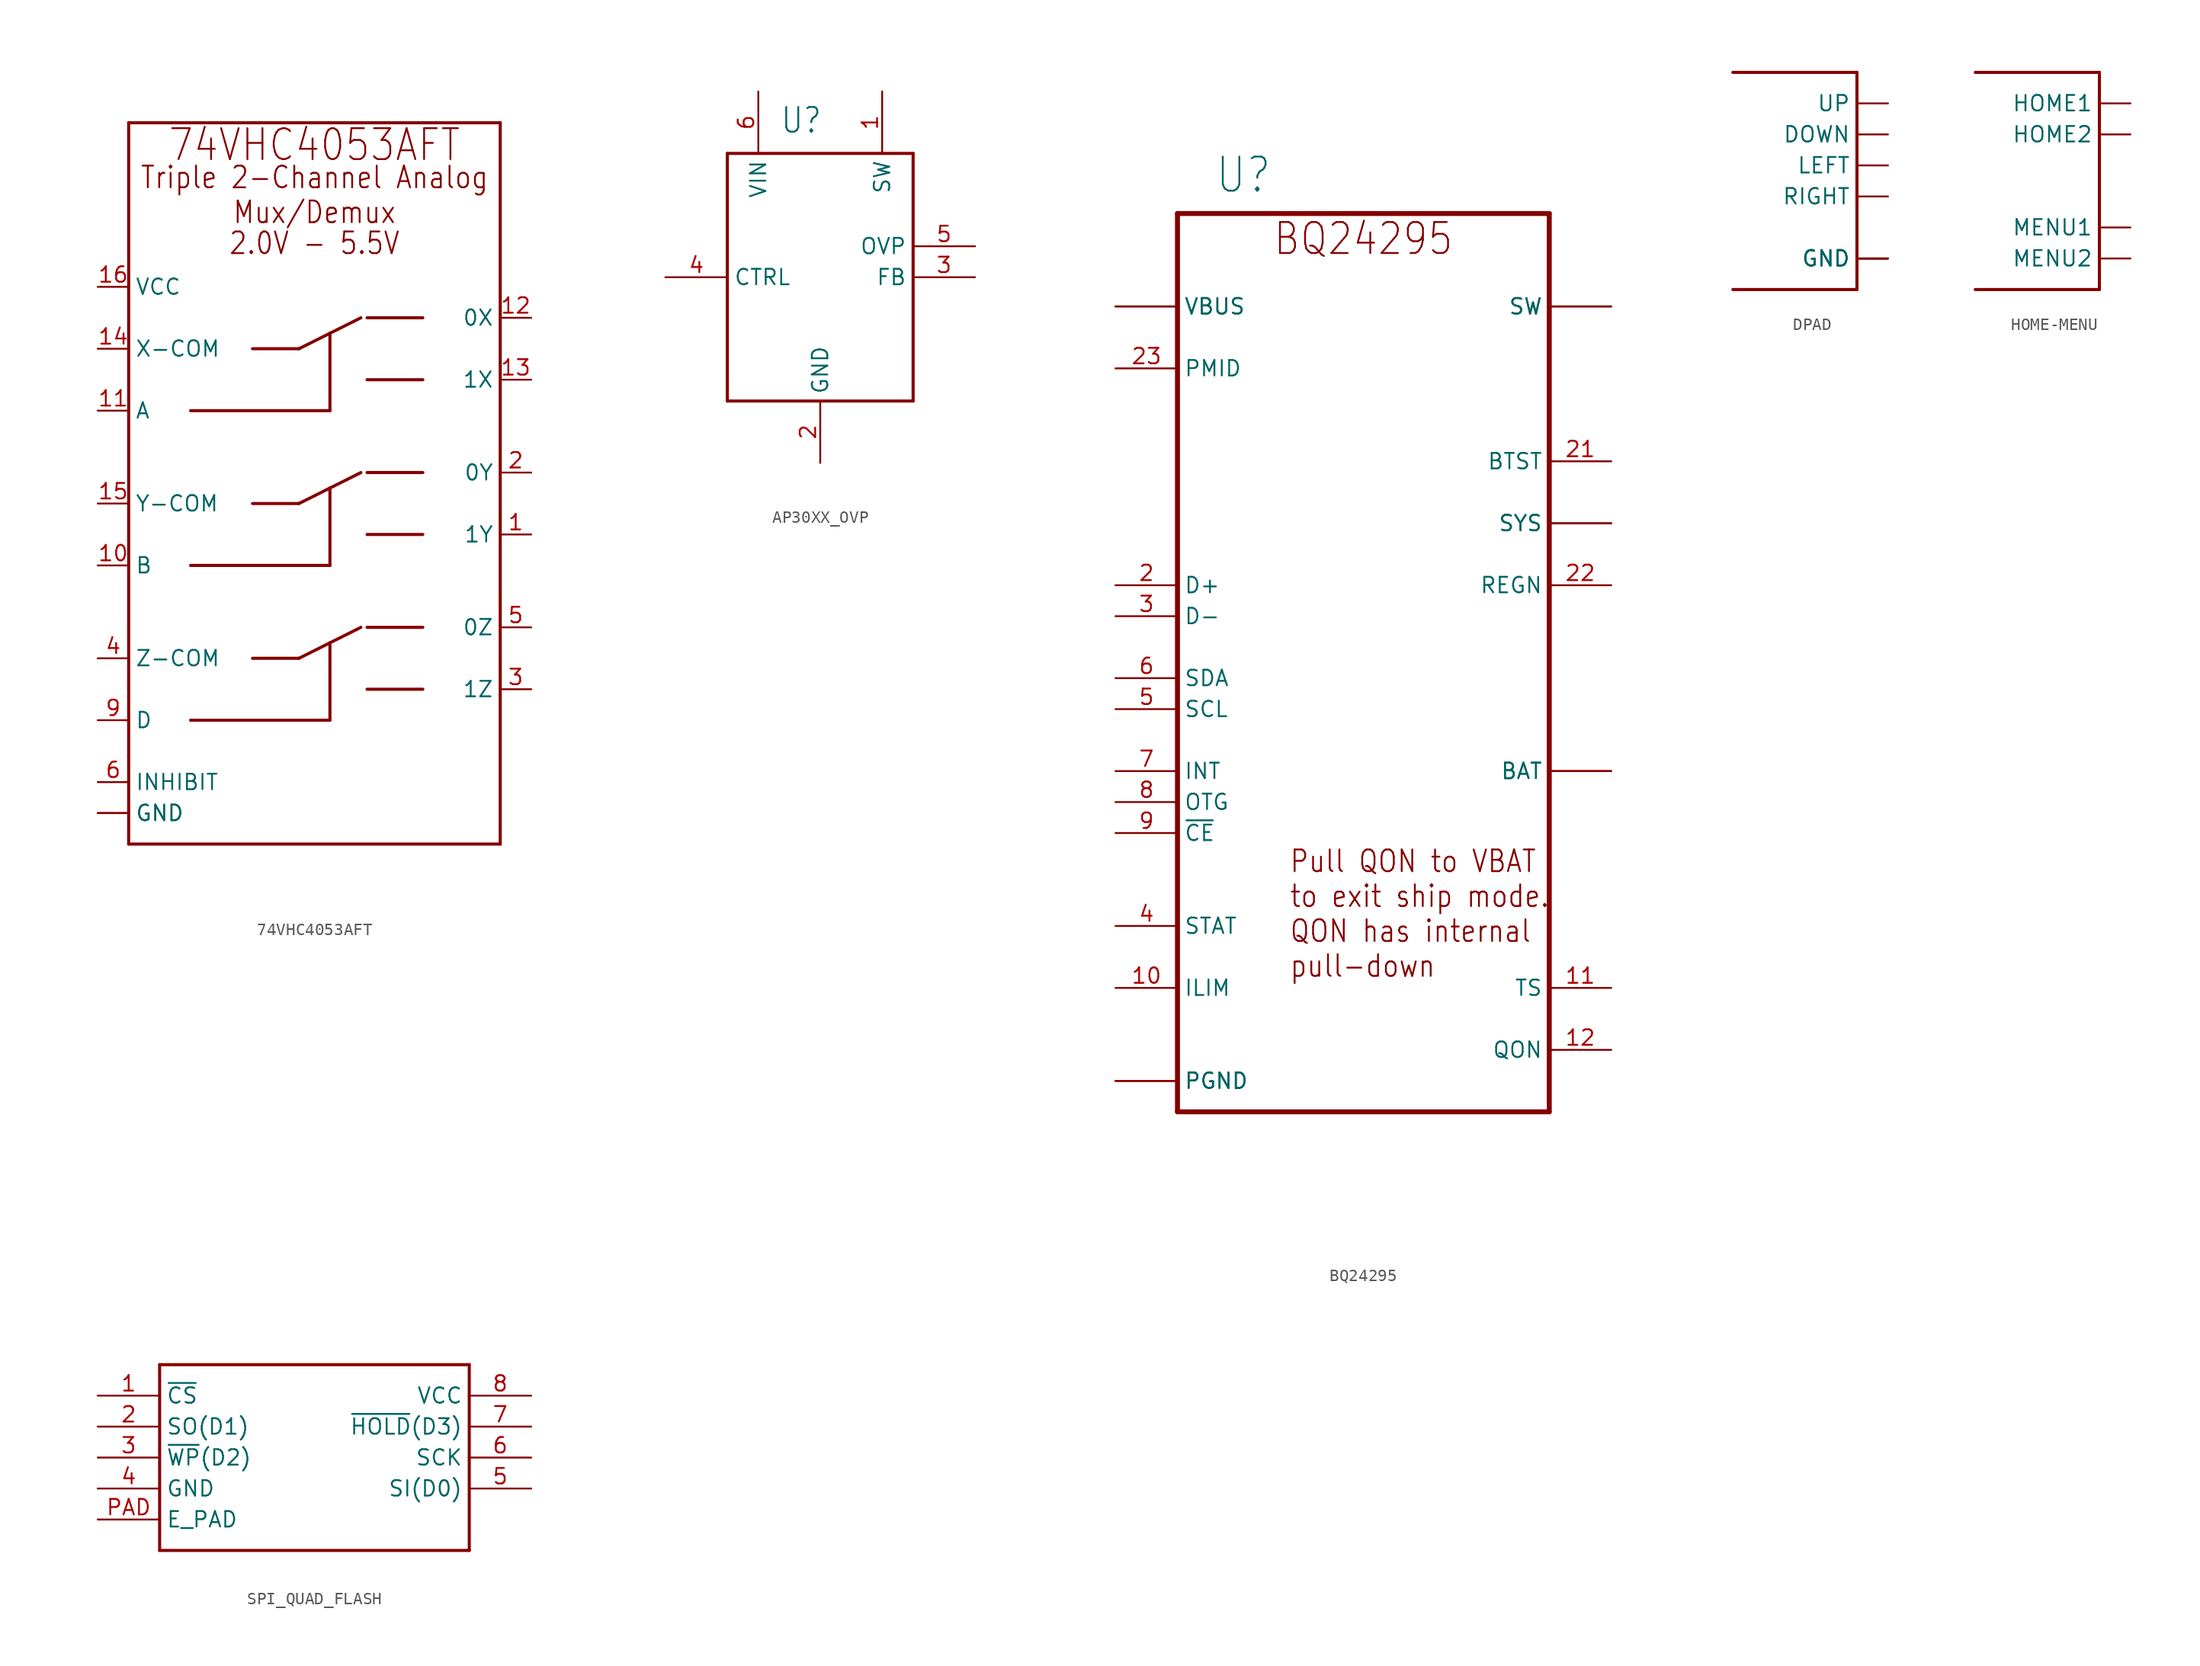
<source format=kicad_sym>
(kicad_symbol_lib
  (version 20220914)
  (generator kicad_symbol_editor)
  (symbol "74VHC4053AFT"
    (property "Reference" "U"
      (at 0 0 0)
      (effects (font (size 1.27 1.27)) hide))
    (property "ki_locked" ""
      (at 0 0 0)
      (effects (font (size 1.27 1.27))))
    (symbol "74VHC4053AFT_1_0"
      (polyline (pts (xy -15.24 -33.02) (xy -15.24 26.162)) (stroke (width 0.254) (type solid)) (fill (type none)))
      (polyline (pts (xy -15.24 26.162) (xy 15.24 26.162)) (stroke (width 0.254) (type solid)) (fill (type none)))
      (polyline (pts (xy -10.16 -22.86) (xy 1.27 -22.86)) (stroke (width 0.254) (type solid)) (fill (type none)))
      (polyline (pts (xy -10.16 -10.16) (xy 1.27 -10.16)) (stroke (width 0.254) (type solid)) (fill (type none)))
      (polyline (pts (xy -10.16 2.54) (xy 1.27 2.54)) (stroke (width 0.254) (type solid)) (fill (type none)))
      (polyline (pts (xy -5.08 -17.78) (xy -1.27 -17.78)) (stroke (width 0.254) (type solid)) (fill (type none)))
      (polyline (pts (xy -5.08 -5.08) (xy -1.27 -5.08)) (stroke (width 0.254) (type solid)) (fill (type none)))
      (polyline (pts (xy -5.08 7.62) (xy -1.27 7.62)) (stroke (width 0.254) (type solid)) (fill (type none)))
      (polyline (pts (xy -1.27 -17.78) (xy 1.27 -16.51)) (stroke (width 0.254) (type solid)) (fill (type none)))
      (polyline (pts (xy -1.27 -5.08) (xy 1.27 -3.81)) (stroke (width 0.254) (type solid)) (fill (type none)))
      (polyline (pts (xy -1.27 7.62) (xy 1.27 8.89)) (stroke (width 0.254) (type solid)) (fill (type none)))
      (polyline (pts (xy 1.27 -22.86) (xy 1.27 -16.51)) (stroke (width 0.254) (type solid)) (fill (type none)))
      (polyline (pts (xy 1.27 -16.51) (xy 3.81 -15.24)) (stroke (width 0.254) (type solid)) (fill (type none)))
      (polyline (pts (xy 1.27 -10.16) (xy 1.27 -3.81)) (stroke (width 0.254) (type solid)) (fill (type none)))
      (polyline (pts (xy 1.27 -3.81) (xy 3.81 -2.54)) (stroke (width 0.254) (type solid)) (fill (type none)))
      (polyline (pts (xy 1.27 2.54) (xy 1.27 8.89)) (stroke (width 0.254) (type solid)) (fill (type none)))
      (polyline (pts (xy 1.27 8.89) (xy 3.81 10.16)) (stroke (width 0.254) (type solid)) (fill (type none)))
      (polyline (pts (xy 8.89 -20.32) (xy 4.318 -20.32)) (stroke (width 0.254) (type solid)) (fill (type none)))
      (polyline (pts (xy 8.89 -15.24) (xy 4.318 -15.24)) (stroke (width 0.254) (type solid)) (fill (type none)))
      (polyline (pts (xy 8.89 -7.62) (xy 4.318 -7.62)) (stroke (width 0.254) (type solid)) (fill (type none)))
      (polyline (pts (xy 8.89 -2.54) (xy 4.318 -2.54)) (stroke (width 0.254) (type solid)) (fill (type none)))
      (polyline (pts (xy 8.89 5.08) (xy 4.318 5.08)) (stroke (width 0.254) (type solid)) (fill (type none)))
      (polyline (pts (xy 8.89 10.16) (xy 4.318 10.16)) (stroke (width 0.254) (type solid)) (fill (type none)))
      (polyline (pts (xy 15.24 -33.02) (xy -15.24 -33.02)) (stroke (width 0.254) (type solid)) (fill (type none)))
      (polyline (pts (xy 15.24 26.162) (xy 15.24 -33.02)) (stroke (width 0.254) (type solid)) (fill (type none)))
      (text "2.0V - 5.5V" (at 0 15.24 0) (effects (font (size 1.778 1.511)) (justify bottom)))
      (text "74VHC4053AFT" (at 0 22.86 0) (effects (font (size 2.54 2.159)) (justify bottom)))
      (text "Triple 2-Channel Analog\nMux/Demux" (at 0 17.78 0) (effects (font (size 1.778 1.511)) (justify bottom)))
      (pin passive line (at 17.78 -7.62 180) (length 2.54) (name "1Y" (effects (font (size 1.27 1.27)))) (number "1" (effects (font (size 1.27 1.27)))))
      (pin input line (at -17.78 -10.16 0) (length 2.54) (name "B" (effects (font (size 1.27 1.27)))) (number "10" (effects (font (size 1.27 1.27)))))
      (pin input line (at -17.78 2.54 0) (length 2.54) (name "A" (effects (font (size 1.27 1.27)))) (number "11" (effects (font (size 1.27 1.27)))))
      (pin passive line (at 17.78 10.16 180) (length 2.54) (name "0X" (effects (font (size 1.27 1.27)))) (number "12" (effects (font (size 1.27 1.27)))))
      (pin passive line (at 17.78 5.08 180) (length 2.54) (name "1X" (effects (font (size 1.27 1.27)))) (number "13" (effects (font (size 1.27 1.27)))))
      (pin passive line (at -17.78 7.62 0) (length 2.54) (name "X-COM" (effects (font (size 1.27 1.27)))) (number "14" (effects (font (size 1.27 1.27)))))
      (pin passive line (at -17.78 -5.08 0) (length 2.54) (name "Y-COM" (effects (font (size 1.27 1.27)))) (number "15" (effects (font (size 1.27 1.27)))))
      (pin power_in line (at -17.78 12.7 0) (length 2.54) (name "VCC" (effects (font (size 1.27 1.27)))) (number "16" (effects (font (size 1.27 1.27)))))
      (pin passive line (at 17.78 -2.54 180) (length 2.54) (name "0Y" (effects (font (size 1.27 1.27)))) (number "2" (effects (font (size 1.27 1.27)))))
      (pin passive line (at 17.78 -20.32 180) (length 2.54) (name "1Z" (effects (font (size 1.27 1.27)))) (number "3" (effects (font (size 1.27 1.27)))))
      (pin passive line (at -17.78 -17.78 0) (length 2.54) (name "Z-COM" (effects (font (size 1.27 1.27)))) (number "4" (effects (font (size 1.27 1.27)))))
      (pin passive line (at 17.78 -15.24 180) (length 2.54) (name "0Z" (effects (font (size 1.27 1.27)))) (number "5" (effects (font (size 1.27 1.27)))))
      (pin input line (at -17.78 -27.94 0) (length 2.54) (name "INHIBIT" (effects (font (size 1.27 1.27)))) (number "6" (effects (font (size 1.27 1.27)))))
      (pin power_in line (at -17.78 -30.48 0) (length 2.54) (name "GND" (effects (font (size 1.27 1.27)))) (number "7" (effects (font (size 0 0)))))
      (pin power_in line (at -17.78 -30.48 0) (length 2.54) (name "GND" (effects (font (size 1.27 1.27)))) (number "8" (effects (font (size 0 0)))))
      (pin input line (at -17.78 -22.86 0) (length 2.54) (name "D" (effects (font (size 1.27 1.27)))) (number "9" (effects (font (size 1.27 1.27)))))))
  (symbol "AP30XX_OVP"
    (property "Reference" "U"
      (at -3.302 6.604 0)
      (effects (font (size 2.032 1.727)) (justify left bottom)))
    (property "Value" ""
      (at 2.286 -19.304 0)
      (effects (font (size 2.032 1.727)) (justify left bottom)))
    (property "ki_locked" ""
      (at 0 0 0)
      (effects (font (size 1.27 1.27))))
    (symbol "AP30XX_OVP_1_0"
      (polyline (pts (xy -7.62 -15.24) (xy -7.62 5.08)) (stroke (width 0.254) (type solid)) (fill (type none)))
      (polyline (pts (xy -7.62 5.08) (xy 7.62 5.08)) (stroke (width 0.254) (type solid)) (fill (type none)))
      (polyline (pts (xy 7.62 -15.24) (xy -7.62 -15.24)) (stroke (width 0.254) (type solid)) (fill (type none)))
      (polyline (pts (xy 7.62 5.08) (xy 7.62 -15.24)) (stroke (width 0.254) (type solid)) (fill (type none)))
      (pin passive line (at 5.08 10.16 270) (length 5.08) (name "SW" (effects (font (size 1.27 1.27)))) (number "1" (effects (font (size 1.27 1.27)))))
      (pin power_in line (at 0 -20.32 90) (length 5.08) (name "GND" (effects (font (size 1.27 1.27)))) (number "2" (effects (font (size 1.27 1.27)))))
      (pin input line (at 12.7 -5.08 180) (length 5.08) (name "FB" (effects (font (size 1.27 1.27)))) (number "3" (effects (font (size 1.27 1.27)))))
      (pin input line (at -12.7 -5.08 0) (length 5.08) (name "CTRL" (effects (font (size 1.27 1.27)))) (number "4" (effects (font (size 1.27 1.27)))))
      (pin input line (at 12.7 -2.54 180) (length 5.08) (name "OVP" (effects (font (size 1.27 1.27)))) (number "5" (effects (font (size 1.27 1.27)))))
      (pin power_in line (at -5.08 10.16 270) (length 5.08) (name "VIN" (effects (font (size 1.27 1.27)))) (number "6" (effects (font (size 1.27 1.27)))))))
  (symbol "BQ24295"
    (property "Reference" "U"
      (at -12.192 42.164 0)
      (effects (font (size 2.794 2.375)) (justify left bottom)))
    (property "Value" ""
      (at -12.751 -37.033 0)
      (effects (font (size 2.54 2.159)) (justify left bottom)))
    (property "ki_locked" ""
      (at 0 0 0)
      (effects (font (size 1.27 1.27))))
    (symbol "BQ24295_1_0"
      (polyline (pts (xy -15.24 -33.02) (xy 15.24 -33.02)) (stroke (width 0.406) (type solid)) (fill (type none)))
      (polyline (pts (xy -15.24 40.64) (xy -15.24 -33.02)) (stroke (width 0.406) (type solid)) (fill (type none)))
      (polyline (pts (xy 15.24 -33.02) (xy 15.24 40.64)) (stroke (width 0.406) (type solid)) (fill (type none)))
      (polyline (pts (xy 15.24 40.64) (xy -15.24 40.64)) (stroke (width 0.406) (type solid)) (fill (type none)))
      (text "BQ24295" (at 0 37.084 0) (effects (font (size 2.54 2.159)) (justify bottom)))
      (text "Pull QON to VBAT\nto exit ship mode.\nQON has internal\npull-down" (at -6.096 -22.098 0) (effects (font (size 1.778 1.511)) (justify left bottom)))
      (pin power_in line (at -20.32 33.02 0) (length 5.08) (name "VBUS" (effects (font (size 1.27 1.27)))) (number "1" (effects (font (size 0 0)))))
      (pin output line (at -20.32 -22.86 0) (length 5.08) (name "ILIM" (effects (font (size 1.27 1.27)))) (number "10" (effects (font (size 1.27 1.27)))))
      (pin bidirectional line (at 20.32 -22.86 180) (length 5.08) (name "TS" (effects (font (size 1.27 1.27)))) (number "11" (effects (font (size 1.27 1.27)))))
      (pin bidirectional line (at 20.32 -27.94 180) (length 5.08) (name "QON" (effects (font (size 1.27 1.27)))) (number "12" (effects (font (size 1.27 1.27)))))
      (pin passive line (at 20.32 -5.08 180) (length 5.08) (name "BAT" (effects (font (size 1.27 1.27)))) (number "13" (effects (font (size 0 0)))))
      (pin passive line (at 20.32 -5.08 180) (length 5.08) (name "BAT" (effects (font (size 1.27 1.27)))) (number "14" (effects (font (size 0 0)))))
      (pin power_out line (at 20.32 15.24 180) (length 5.08) (name "SYS" (effects (font (size 1.27 1.27)))) (number "15" (effects (font (size 0 0)))))
      (pin power_out line (at 20.32 15.24 180) (length 5.08) (name "SYS" (effects (font (size 1.27 1.27)))) (number "16" (effects (font (size 0 0)))))
      (pin power_in line (at -20.32 -30.48 0) (length 5.08) (name "PGND" (effects (font (size 1.27 1.27)))) (number "17" (effects (font (size 0 0)))))
      (pin power_in line (at -20.32 -30.48 0) (length 5.08) (name "PGND" (effects (font (size 1.27 1.27)))) (number "18" (effects (font (size 0 0)))))
      (pin passive line (at 20.32 33.02 180) (length 5.08) (name "SW" (effects (font (size 1.27 1.27)))) (number "19" (effects (font (size 0 0)))))
      (pin bidirectional line (at -20.32 10.16 0) (length 5.08) (name "D+" (effects (font (size 1.27 1.27)))) (number "2" (effects (font (size 1.27 1.27)))))
      (pin passive line (at 20.32 33.02 180) (length 5.08) (name "SW" (effects (font (size 1.27 1.27)))) (number "20" (effects (font (size 0 0)))))
      (pin bidirectional line (at 20.32 20.32 180) (length 5.08) (name "BTST" (effects (font (size 1.27 1.27)))) (number "21" (effects (font (size 1.27 1.27)))))
      (pin bidirectional line (at 20.32 10.16 180) (length 5.08) (name "REGN" (effects (font (size 1.27 1.27)))) (number "22" (effects (font (size 1.27 1.27)))))
      (pin power_out line (at -20.32 27.94 0) (length 5.08) (name "PMID" (effects (font (size 1.27 1.27)))) (number "23" (effects (font (size 1.27 1.27)))))
      (pin power_in line (at -20.32 33.02 0) (length 5.08) (name "VBUS" (effects (font (size 1.27 1.27)))) (number "24" (effects (font (size 0 0)))))
      (pin power_in line (at -20.32 -30.48 0) (length 5.08) (name "PGND" (effects (font (size 1.27 1.27)))) (number "25" (effects (font (size 0 0)))))
      (pin bidirectional line (at -20.32 7.62 0) (length 5.08) (name "D-" (effects (font (size 1.27 1.27)))) (number "3" (effects (font (size 1.27 1.27)))))
      (pin output line (at -20.32 -17.78 0) (length 5.08) (name "STAT" (effects (font (size 1.27 1.27)))) (number "4" (effects (font (size 1.27 1.27)))))
      (pin bidirectional line (at -20.32 0 0) (length 5.08) (name "SCL" (effects (font (size 1.27 1.27)))) (number "5" (effects (font (size 1.27 1.27)))))
      (pin bidirectional line (at -20.32 2.54 0) (length 5.08) (name "SDA" (effects (font (size 1.27 1.27)))) (number "6" (effects (font (size 1.27 1.27)))))
      (pin output line (at -20.32 -5.08 0) (length 5.08) (name "INT" (effects (font (size 1.27 1.27)))) (number "7" (effects (font (size 1.27 1.27)))))
      (pin input line (at -20.32 -7.62 0) (length 5.08) (name "OTG" (effects (font (size 1.27 1.27)))) (number "8" (effects (font (size 1.27 1.27)))))
      (pin input line (at -20.32 -10.16 0) (length 5.08) (name "~{CE}" (effects (font (size 1.27 1.27)))) (number "9" (effects (font (size 1.27 1.27)))))))
  (symbol "DPAD"
    (property "Reference" ""
      (at -5.08 10.16 0)
      (effects (font (size 1.27 1.079)) (justify left bottom) hide))
    (property "ki_locked" ""
      (at 0 0 0)
      (effects (font (size 1.27 1.27))))
    (symbol "DPAD_1_0"
      (polyline (pts (xy -5.08 7.62) (xy 5.08 7.62)) (stroke (width 0.254) (type solid)) (fill (type none)))
      (polyline (pts (xy 5.08 -10.16) (xy -5.08 -10.16)) (stroke (width 0.254) (type solid)) (fill (type none)))
      (polyline (pts (xy 5.08 7.62) (xy 5.08 -10.16)) (stroke (width 0.254) (type solid)) (fill (type none)))
      (pin bidirectional line (at 7.62 2.54 180) (length 2.54) (name "DOWN" (effects (font (size 1.27 1.27)))) (number "DOWN" (effects (font (size 0 0)))))
      (pin power_in line (at 7.62 -7.62 180) (length 2.54) (name "GND" (effects (font (size 1.27 1.27)))) (number "GND1" (effects (font (size 0 0)))))
      (pin power_in line (at 7.62 -7.62 180) (length 2.54) (name "GND" (effects (font (size 1.27 1.27)))) (number "GND2" (effects (font (size 0 0)))))
      (pin power_in line (at 7.62 -7.62 180) (length 2.54) (name "GND" (effects (font (size 1.27 1.27)))) (number "GND3" (effects (font (size 0 0)))))
      (pin power_in line (at 7.62 -7.62 180) (length 2.54) (name "GND" (effects (font (size 1.27 1.27)))) (number "GND4" (effects (font (size 0 0)))))
      (pin bidirectional line (at 7.62 0 180) (length 2.54) (name "LEFT" (effects (font (size 1.27 1.27)))) (number "LEFT" (effects (font (size 0 0)))))
      (pin bidirectional line (at 7.62 -2.54 180) (length 2.54) (name "RIGHT" (effects (font (size 1.27 1.27)))) (number "RIGHT" (effects (font (size 0 0)))))
      (pin bidirectional line (at 7.62 5.08 180) (length 2.54) (name "UP" (effects (font (size 1.27 1.27)))) (number "UP" (effects (font (size 0 0)))))))
  (symbol "HOME-MENU"
    (property "Reference" ""
      (at -5.08 10.16 0)
      (effects (font (size 1.27 1.079)) (justify left bottom) hide))
    (property "ki_locked" ""
      (at 0 0 0)
      (effects (font (size 1.27 1.27))))
    (symbol "HOME-MENU_1_0"
      (polyline (pts (xy -5.08 7.62) (xy 5.08 7.62)) (stroke (width 0.254) (type solid)) (fill (type none)))
      (polyline (pts (xy 5.08 -10.16) (xy -5.08 -10.16)) (stroke (width 0.254) (type solid)) (fill (type none)))
      (polyline (pts (xy 5.08 7.62) (xy 5.08 -10.16)) (stroke (width 0.254) (type solid)) (fill (type none)))
      (pin power_in line (at 7.62 -7.62 180) (length 2.54) (name "MENU2" (effects (font (size 1.27 1.27)))) (number "GND3" (effects (font (size 0 0)))))
      (pin bidirectional line (at 7.62 2.54 180) (length 2.54) (name "HOME2" (effects (font (size 1.27 1.27)))) (number "GND4" (effects (font (size 0 0)))))
      (pin bidirectional line (at 7.62 5.08 180) (length 2.54) (name "HOME1" (effects (font (size 1.27 1.27)))) (number "HOME" (effects (font (size 0 0)))))
      (pin bidirectional line (at 7.62 -5.08 180) (length 2.54) (name "MENU1" (effects (font (size 1.27 1.27)))) (number "MENU" (effects (font (size 0 0)))))))
  (symbol "SPI_QUAD_FLASH"
    (property "Reference" ""
      (at -12.7 8.382 0)
      (effects (font (size 2.54 2.159)) (justify left bottom) hide))
    (property "Value" ""
      (at -12.954 -8.128 0)
      (effects (font (size 2.54 2.159)) (justify left top)))
    (property "ki_locked" ""
      (at 0 0 0)
      (effects (font (size 1.27 1.27))))
    (symbol "SPI_QUAD_FLASH_1_0"
      (polyline (pts (xy -12.7 -7.62) (xy 12.7 -7.62)) (stroke (width 0.254) (type solid)) (fill (type none)))
      (polyline (pts (xy -12.7 7.62) (xy -12.7 -7.62)) (stroke (width 0.254) (type solid)) (fill (type none)))
      (polyline (pts (xy 12.7 -7.62) (xy 12.7 7.62)) (stroke (width 0.254) (type solid)) (fill (type none)))
      (polyline (pts (xy 12.7 7.62) (xy -12.7 7.62)) (stroke (width 0.254) (type solid)) (fill (type none)))
      (pin input line (at -17.78 5.08 0) (length 5.08) (name "~{CS}" (effects (font (size 1.27 1.27)))) (number "1" (effects (font (size 1.27 1.27)))))
      (pin bidirectional line (at -17.78 2.54 0) (length 5.08) (name "SO(D1)" (effects (font (size 1.27 1.27)))) (number "2" (effects (font (size 1.27 1.27)))))
      (pin bidirectional line (at -17.78 0 0) (length 5.08) (name "~{WP}(D2)" (effects (font (size 1.27 1.27)))) (number "3" (effects (font (size 1.27 1.27)))))
      (pin power_in line (at -17.78 -2.54 0) (length 5.08) (name "GND" (effects (font (size 1.27 1.27)))) (number "4" (effects (font (size 1.27 1.27)))))
      (pin bidirectional line (at 17.78 -2.54 180) (length 5.08) (name "SI(D0)" (effects (font (size 1.27 1.27)))) (number "5" (effects (font (size 1.27 1.27)))))
      (pin input line (at 17.78 0 180) (length 5.08) (name "SCK" (effects (font (size 1.27 1.27)))) (number "6" (effects (font (size 1.27 1.27)))))
      (pin bidirectional line (at 17.78 2.54 180) (length 5.08) (name "~{HOLD}(D3)" (effects (font (size 1.27 1.27)))) (number "7" (effects (font (size 1.27 1.27)))))
      (pin power_in line (at 17.78 5.08 180) (length 5.08) (name "VCC" (effects (font (size 1.27 1.27)))) (number "8" (effects (font (size 1.27 1.27)))))
      (pin power_in line (at -17.78 -5.08 0) (length 5.08) (name "E_PAD" (effects (font (size 1.27 1.27)))) (number "PAD" (effects (font (size 1.27 1.27))))))))
</source>
